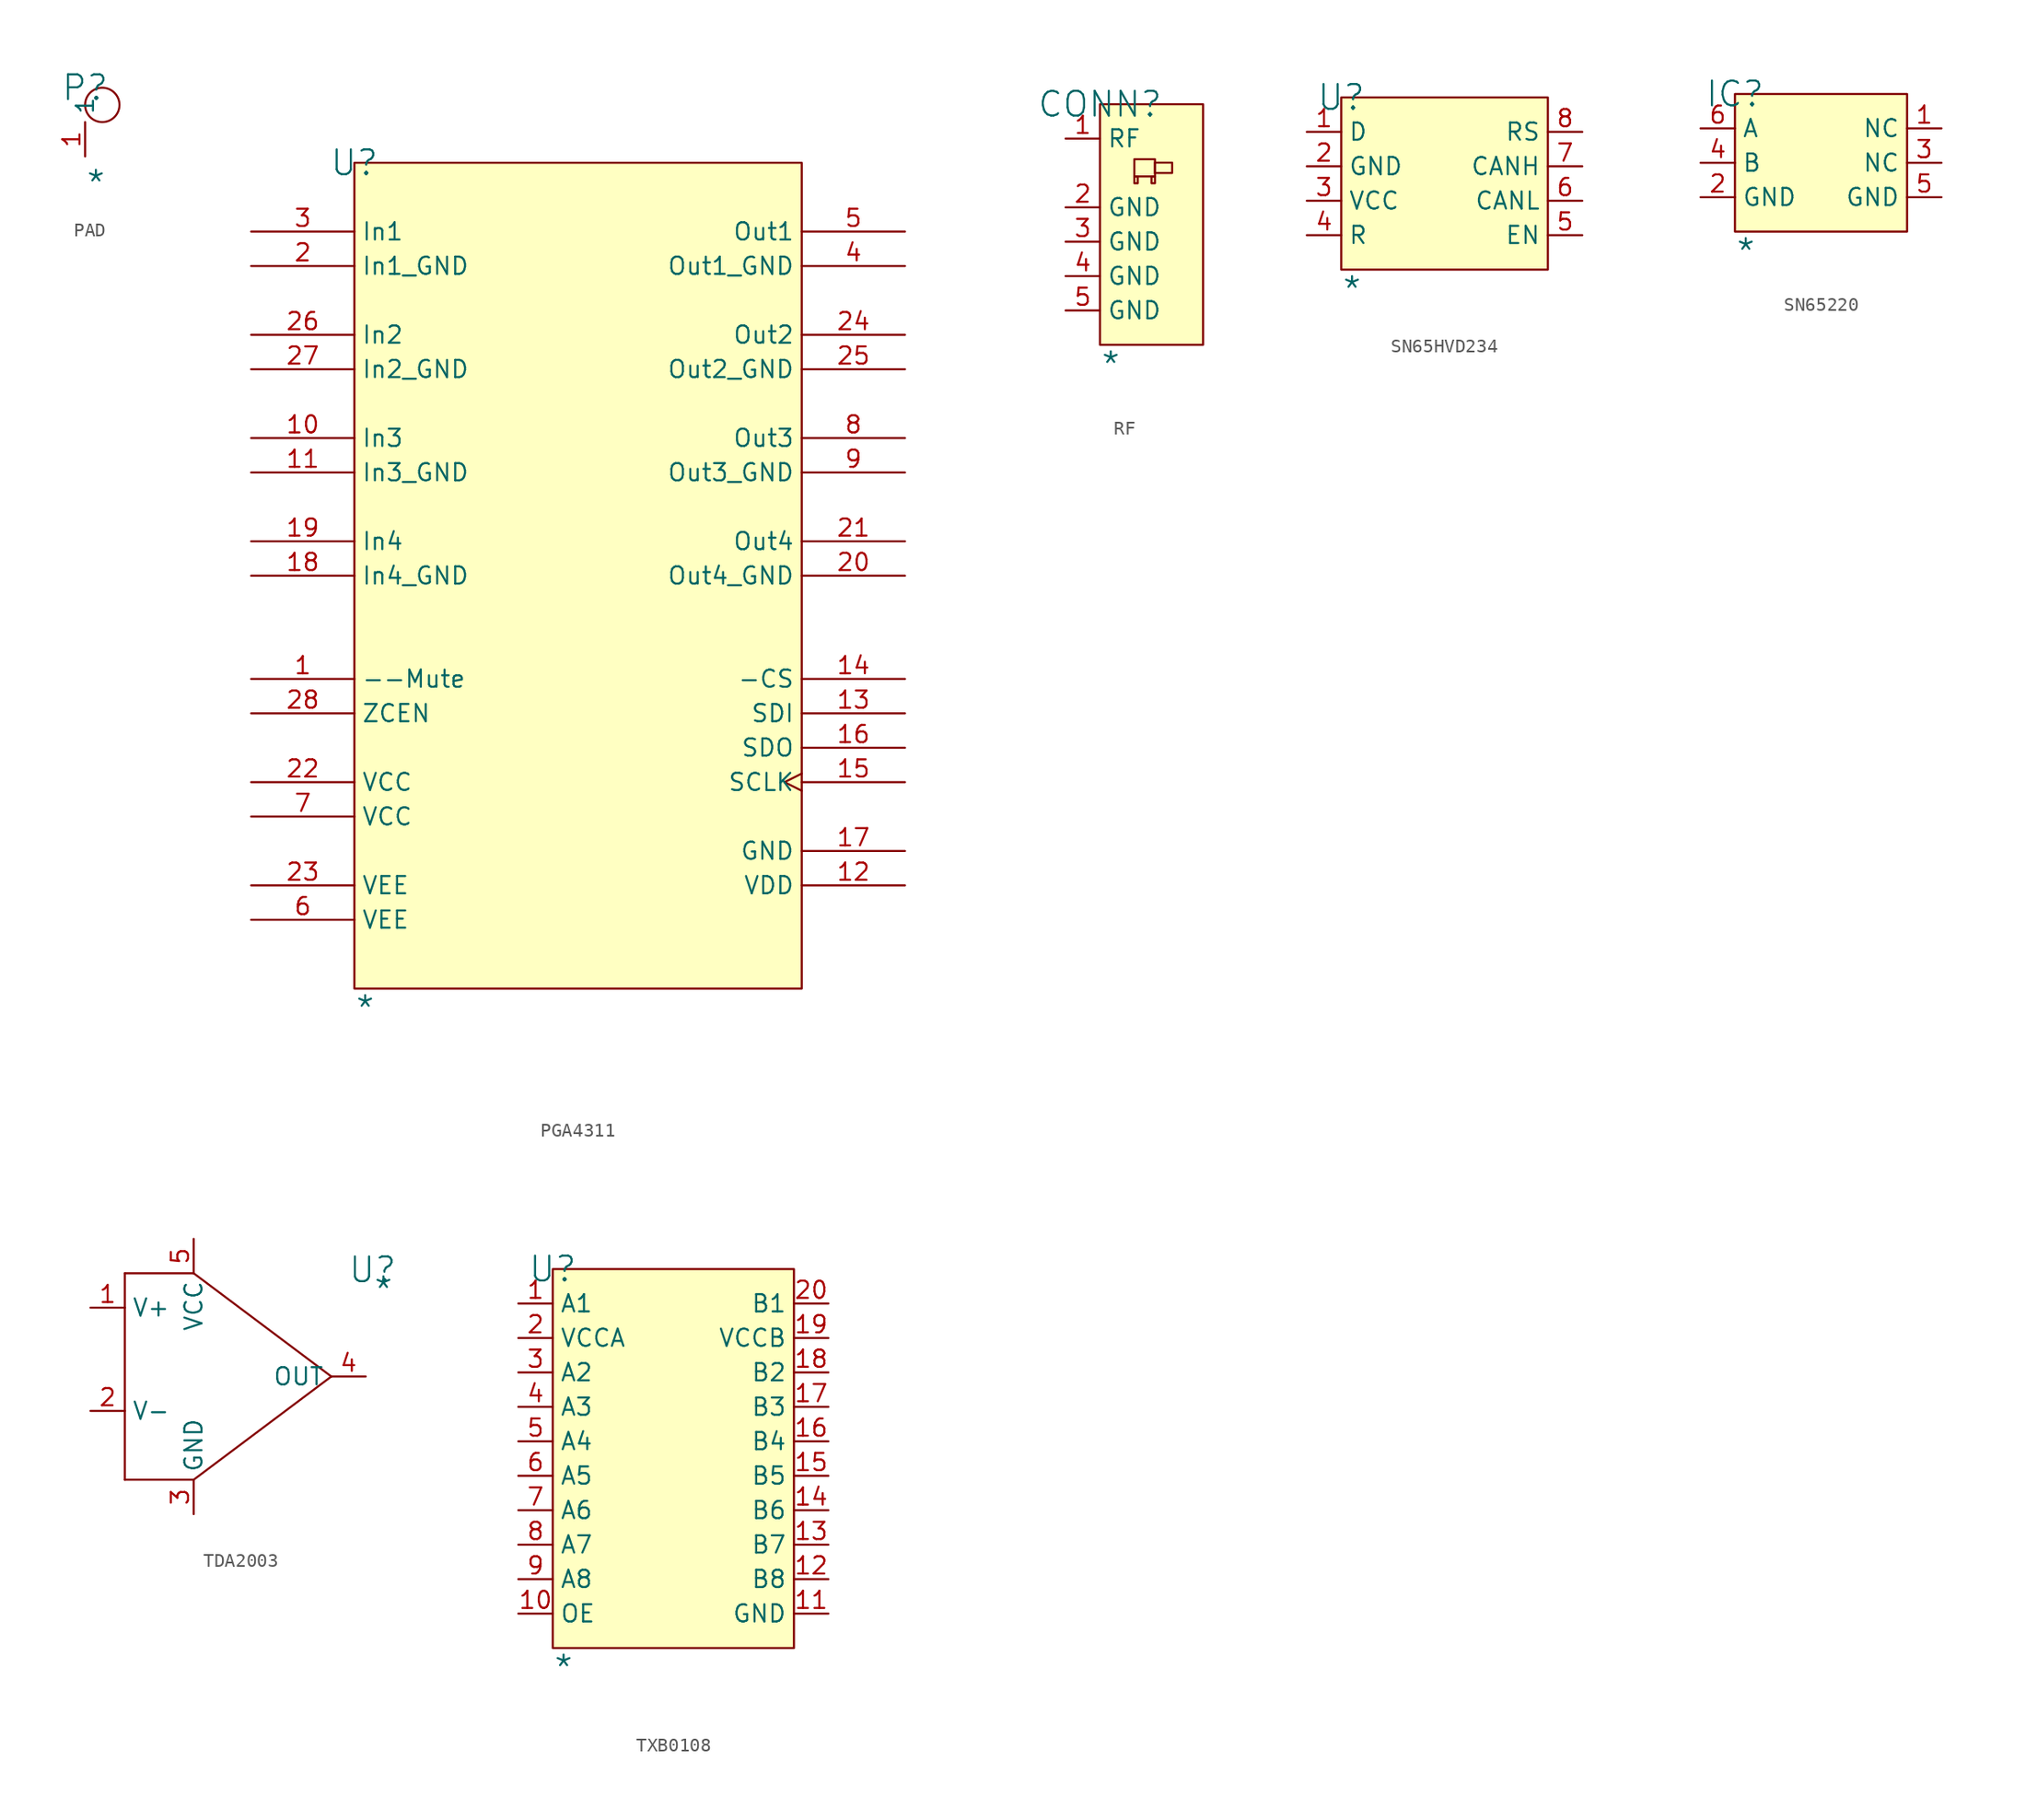
<source format=kicad_sym>
(kicad_symbol_lib
  (version 20241209)
  (generator "kicad_symbol_editor")
  (generator_version "9.0")
  (symbol "PAD"
    (property "Reference" "P"
      (at 0 0 0)
      (effects (font (size 1.829 1.829))))
    (property "Value" "*"
      (at 0 -8.128 0)
      (effects (font (size 1.829 1.829)) (justify left bottom)))
    (symbol "PAD_1_0"
      (circle (center 1.27 -1.27) (radius 1.27) (stroke (width 0) (type solid)) (fill (type none)))
      (pin passive line (at 0 -5.08 90) (length 2.54) (name "1" (effects (font (size 1.27 1.27)))) (number "1" (effects (font (size 1.27 1.27)))))))
  (symbol "PGA4311"
    (property "Reference" "U"
      (at 0 0 0)
      (effects (font (size 1.829 1.829))))
    (property "Value" "*"
      (at 0 -63.5 0)
      (effects (font (size 1.829 1.829)) (justify left bottom)))
    (symbol "PGA4311_1_0"
      (rectangle (start 33.02 0) (end 0 -60.96) (stroke (width 0) (type solid) (color 128 0 0 1)) (fill (type background)))
      (pin input line (at -7.62 -5.08 0) (length 7.62) (name "In1" (effects (font (size 1.27 1.27)))) (number "3" (effects (font (size 1.27 1.27)))))
      (pin input line (at -7.62 -7.62 0) (length 7.62) (name "In1_GND" (effects (font (size 1.27 1.27)))) (number "2" (effects (font (size 1.27 1.27)))))
      (pin input line (at -7.62 -12.7 0) (length 7.62) (name "In2" (effects (font (size 1.27 1.27)))) (number "26" (effects (font (size 1.27 1.27)))))
      (pin input line (at -7.62 -15.24 0) (length 7.62) (name "In2_GND" (effects (font (size 1.27 1.27)))) (number "27" (effects (font (size 1.27 1.27)))))
      (pin input line (at -7.62 -20.32 0) (length 7.62) (name "In3" (effects (font (size 1.27 1.27)))) (number "10" (effects (font (size 1.27 1.27)))))
      (pin input line (at -7.62 -22.86 0) (length 7.62) (name "In3_GND" (effects (font (size 1.27 1.27)))) (number "11" (effects (font (size 1.27 1.27)))))
      (pin input line (at -7.62 -27.94 0) (length 7.62) (name "In4" (effects (font (size 1.27 1.27)))) (number "19" (effects (font (size 1.27 1.27)))))
      (pin input line (at -7.62 -30.48 0) (length 7.62) (name "In4_GND" (effects (font (size 1.27 1.27)))) (number "18" (effects (font (size 1.27 1.27)))))
      (pin input line (at -7.62 -38.1 0) (length 7.62) (name "--Mute" (effects (font (size 1.27 1.27)))) (number "1" (effects (font (size 1.27 1.27)))))
      (pin input line (at -7.62 -40.64 0) (length 7.62) (name "ZCEN" (effects (font (size 1.27 1.27)))) (number "28" (effects (font (size 1.27 1.27)))))
      (pin power_in line (at -7.62 -45.72 0) (length 7.62) (name "VCC" (effects (font (size 1.27 1.27)))) (number "22" (effects (font (size 1.27 1.27)))))
      (pin power_in line (at -7.62 -48.26 0) (length 7.62) (name "VCC" (effects (font (size 1.27 1.27)))) (number "7" (effects (font (size 1.27 1.27)))))
      (pin power_in line (at -7.62 -53.34 0) (length 7.62) (name "VEE" (effects (font (size 1.27 1.27)))) (number "23" (effects (font (size 1.27 1.27)))))
      (pin power_in line (at -7.62 -55.88 0) (length 7.62) (name "VEE" (effects (font (size 1.27 1.27)))) (number "6" (effects (font (size 1.27 1.27)))))
      (pin output line (at 40.64 -5.08 180) (length 7.62) (name "Out1" (effects (font (size 1.27 1.27)))) (number "5" (effects (font (size 1.27 1.27)))))
      (pin output line (at 40.64 -7.62 180) (length 7.62) (name "Out1_GND" (effects (font (size 1.27 1.27)))) (number "4" (effects (font (size 1.27 1.27)))))
      (pin output line (at 40.64 -12.7 180) (length 7.62) (name "Out2" (effects (font (size 1.27 1.27)))) (number "24" (effects (font (size 1.27 1.27)))))
      (pin output line (at 40.64 -15.24 180) (length 7.62) (name "Out2_GND" (effects (font (size 1.27 1.27)))) (number "25" (effects (font (size 1.27 1.27)))))
      (pin output line (at 40.64 -20.32 180) (length 7.62) (name "Out3" (effects (font (size 1.27 1.27)))) (number "8" (effects (font (size 1.27 1.27)))))
      (pin output line (at 40.64 -22.86 180) (length 7.62) (name "Out3_GND" (effects (font (size 1.27 1.27)))) (number "9" (effects (font (size 1.27 1.27)))))
      (pin output line (at 40.64 -27.94 180) (length 7.62) (name "Out4" (effects (font (size 1.27 1.27)))) (number "21" (effects (font (size 1.27 1.27)))))
      (pin output line (at 40.64 -30.48 180) (length 7.62) (name "Out4_GND" (effects (font (size 1.27 1.27)))) (number "20" (effects (font (size 1.27 1.27)))))
      (pin input line (at 40.64 -38.1 180) (length 7.62) (name "-CS" (effects (font (size 1.27 1.27)))) (number "14" (effects (font (size 1.27 1.27)))))
      (pin input line (at 40.64 -40.64 180) (length 7.62) (name "SDI" (effects (font (size 1.27 1.27)))) (number "13" (effects (font (size 1.27 1.27)))))
      (pin output line (at 40.64 -43.18 180) (length 7.62) (name "SDO" (effects (font (size 1.27 1.27)))) (number "16" (effects (font (size 1.27 1.27)))))
      (pin power_in clock (at 40.64 -45.72 180) (length 7.62) (name "SCLK" (effects (font (size 1.27 1.27)))) (number "15" (effects (font (size 1.27 1.27)))))
      (pin power_in line (at 40.64 -50.8 180) (length 7.62) (name "GND" (effects (font (size 1.27 1.27)))) (number "17" (effects (font (size 1.27 1.27)))))
      (pin power_in line (at 40.64 -53.34 180) (length 7.62) (name "VDD" (effects (font (size 1.27 1.27)))) (number "12" (effects (font (size 1.27 1.27)))))))
  (symbol "RF"
    (property "Reference" "CONN"
      (at 0 0 0)
      (effects (font (size 1.829 1.829))))
    (property "Value" "*"
      (at 0 -20.32 0)
      (effects (font (size 1.829 1.829)) (justify left bottom)))
    (symbol "RF_1_0"
      (rectangle (start 2.794 -5.334) (end 2.54 -5.842) (stroke (width 0) (type solid) (color 128 0 0 1)) (fill (type background)))
      (rectangle (start 4.064 -4.064) (end 2.54 -5.334) (stroke (width 0) (type solid) (color 128 0 0 1)) (fill (type background)))
      (rectangle (start 4.064 -5.334) (end 3.81 -5.842) (stroke (width 0) (type solid) (color 128 0 0 1)) (fill (type background)))
      (rectangle (start 5.334 -4.318) (end 4.064 -5.08) (stroke (width 0) (type solid) (color 128 0 0 1)) (fill (type background)))
      (rectangle (start 7.62 0) (end 0 -17.78) (stroke (width 0) (type solid) (color 128 0 0 1)) (fill (type background)))
      (pin passive line (at -2.54 -2.54 0) (length 2.54) (name "RF" (effects (font (size 1.27 1.27)))) (number "1" (effects (font (size 1.27 1.27)))))
      (pin passive line (at -2.54 -7.62 0) (length 2.54) (name "GND" (effects (font (size 1.27 1.27)))) (number "2" (effects (font (size 1.27 1.27)))))
      (pin passive line (at -2.54 -10.16 0) (length 2.54) (name "GND" (effects (font (size 1.27 1.27)))) (number "3" (effects (font (size 1.27 1.27)))))
      (pin passive line (at -2.54 -12.7 0) (length 2.54) (name "GND" (effects (font (size 1.27 1.27)))) (number "4" (effects (font (size 1.27 1.27)))))
      (pin passive line (at -2.54 -15.24 0) (length 2.54) (name "GND" (effects (font (size 1.27 1.27)))) (number "5" (effects (font (size 1.27 1.27)))))))
  (symbol "SN65HVD234"
    (property "Reference" "U"
      (at 0 0 0)
      (effects (font (size 1.829 1.829))))
    (property "Value" "*"
      (at 0 -15.24 0)
      (effects (font (size 1.829 1.829)) (justify left bottom)))
    (symbol "SN65HVD234_1_0"
      (rectangle (start 15.24 0) (end 0 -12.7) (stroke (width 0) (type solid) (color 128 0 0 1)) (fill (type background)))
      (pin passive line (at -2.54 -2.54 0) (length 2.54) (name "D" (effects (font (size 1.27 1.27)))) (number "1" (effects (font (size 1.27 1.27)))))
      (pin passive line (at -2.54 -5.08 0) (length 2.54) (name "GND" (effects (font (size 1.27 1.27)))) (number "2" (effects (font (size 1.27 1.27)))))
      (pin passive line (at -2.54 -7.62 0) (length 2.54) (name "VCC" (effects (font (size 1.27 1.27)))) (number "3" (effects (font (size 1.27 1.27)))))
      (pin passive line (at -2.54 -10.16 0) (length 2.54) (name "R" (effects (font (size 1.27 1.27)))) (number "4" (effects (font (size 1.27 1.27)))))
      (pin passive line (at 17.78 -2.54 180) (length 2.54) (name "RS" (effects (font (size 1.27 1.27)))) (number "8" (effects (font (size 1.27 1.27)))))
      (pin passive line (at 17.78 -5.08 180) (length 2.54) (name "CANH" (effects (font (size 1.27 1.27)))) (number "7" (effects (font (size 1.27 1.27)))))
      (pin passive line (at 17.78 -7.62 180) (length 2.54) (name "CANL" (effects (font (size 1.27 1.27)))) (number "6" (effects (font (size 1.27 1.27)))))
      (pin passive line (at 17.78 -10.16 180) (length 2.54) (name "EN" (effects (font (size 1.27 1.27)))) (number "5" (effects (font (size 1.27 1.27)))))))
  (symbol "SN65220"
    (property "Reference" "IC"
      (at 0 0 0)
      (effects (font (size 1.829 1.829))))
    (property "Value" "*"
      (at 0 -12.7 0)
      (effects (font (size 1.829 1.829)) (justify left bottom)))
    (symbol "SN65220_1_0"
      (rectangle (start 12.7 0) (end 0 -10.16) (stroke (width 0) (type solid) (color 128 0 0 1)) (fill (type background)))
      (pin passive line (at -2.54 -2.54 0) (length 2.54) (name "A" (effects (font (size 1.27 1.27)))) (number "6" (effects (font (size 1.27 1.27)))))
      (pin passive line (at -2.54 -5.08 0) (length 2.54) (name "B" (effects (font (size 1.27 1.27)))) (number "4" (effects (font (size 1.27 1.27)))))
      (pin passive line (at -2.54 -7.62 0) (length 2.54) (name "GND" (effects (font (size 1.27 1.27)))) (number "2" (effects (font (size 1.27 1.27)))))
      (pin passive line (at 15.24 -2.54 180) (length 2.54) (name "NC" (effects (font (size 1.27 1.27)))) (number "1" (effects (font (size 1.27 1.27)))))
      (pin passive line (at 15.24 -5.08 180) (length 2.54) (name "NC" (effects (font (size 1.27 1.27)))) (number "3" (effects (font (size 1.27 1.27)))))
      (pin passive line (at 15.24 -7.62 180) (length 2.54) (name "GND" (effects (font (size 1.27 1.27)))) (number "5" (effects (font (size 1.27 1.27)))))))
  (symbol "TDA2003"
    (property "Reference" "U"
      (at 18.288 0.254 0)
      (effects (font (size 1.829 1.829))))
    (property "Value" "*"
      (at 18.288 -2.286 0)
      (effects (font (size 1.829 1.829)) (justify left bottom)))
    (symbol "TDA2003_1_0"
      (polyline (pts (xy 0 0) (xy 0 -15.24)) (stroke (width 0) (type solid)) (fill (type none)))
      (polyline (pts (xy 0 -15.24) (xy 5.08 -15.24)) (stroke (width 0) (type solid)) (fill (type none)))
      (polyline (pts (xy 5.08 0) (xy 0 0)) (stroke (width 0) (type solid)) (fill (type none)))
      (polyline (pts (xy 5.08 -15.24) (xy 15.24 -7.62)) (stroke (width 0) (type solid)) (fill (type none)))
      (polyline (pts (xy 15.24 -7.62) (xy 5.08 0)) (stroke (width 0) (type solid)) (fill (type none)))
      (pin passive line (at -2.54 -2.54 0) (length 2.54) (name "V+" (effects (font (size 1.27 1.27)))) (number "1" (effects (font (size 1.27 1.27)))))
      (pin passive line (at -2.54 -10.16 0) (length 2.54) (name "V-" (effects (font (size 1.27 1.27)))) (number "2" (effects (font (size 1.27 1.27)))))
      (pin passive line (at 5.08 2.54 270) (length 2.54) (name "VCC" (effects (font (size 1.27 1.27)))) (number "5" (effects (font (size 1.27 1.27)))))
      (pin passive line (at 5.08 -17.78 90) (length 2.54) (name "GND" (effects (font (size 1.27 1.27)))) (number "3" (effects (font (size 1.27 1.27)))))
      (pin passive line (at 17.78 -7.62 180) (length 2.54) (name "OUT" (effects (font (size 1.27 1.27)))) (number "4" (effects (font (size 1.27 1.27)))))))
  (symbol "TXB0108"
    (property "Reference" "U"
      (at 0 0 0)
      (effects (font (size 1.829 1.829))))
    (property "Value" "*"
      (at 0 -30.48 0)
      (effects (font (size 1.829 1.829)) (justify left bottom)))
    (symbol "TXB0108_1_0"
      (rectangle (start 17.78 0) (end 0 -27.94) (stroke (width 0) (type solid) (color 128 0 0 1)) (fill (type background)))
      (pin passive line (at -2.54 -2.54 0) (length 2.54) (name "A1" (effects (font (size 1.27 1.27)))) (number "1" (effects (font (size 1.27 1.27)))))
      (pin passive line (at -2.54 -5.08 0) (length 2.54) (name "VCCA" (effects (font (size 1.27 1.27)))) (number "2" (effects (font (size 1.27 1.27)))))
      (pin passive line (at -2.54 -7.62 0) (length 2.54) (name "A2" (effects (font (size 1.27 1.27)))) (number "3" (effects (font (size 1.27 1.27)))))
      (pin passive line (at -2.54 -10.16 0) (length 2.54) (name "A3" (effects (font (size 1.27 1.27)))) (number "4" (effects (font (size 1.27 1.27)))))
      (pin passive line (at -2.54 -12.7 0) (length 2.54) (name "A4" (effects (font (size 1.27 1.27)))) (number "5" (effects (font (size 1.27 1.27)))))
      (pin passive line (at -2.54 -15.24 0) (length 2.54) (name "A5" (effects (font (size 1.27 1.27)))) (number "6" (effects (font (size 1.27 1.27)))))
      (pin passive line (at -2.54 -17.78 0) (length 2.54) (name "A6" (effects (font (size 1.27 1.27)))) (number "7" (effects (font (size 1.27 1.27)))))
      (pin passive line (at -2.54 -20.32 0) (length 2.54) (name "A7" (effects (font (size 1.27 1.27)))) (number "8" (effects (font (size 1.27 1.27)))))
      (pin passive line (at -2.54 -22.86 0) (length 2.54) (name "A8" (effects (font (size 1.27 1.27)))) (number "9" (effects (font (size 1.27 1.27)))))
      (pin passive line (at -2.54 -25.4 0) (length 2.54) (name "OE" (effects (font (size 1.27 1.27)))) (number "10" (effects (font (size 1.27 1.27)))))
      (pin passive line (at 20.32 -2.54 180) (length 2.54) (name "B1" (effects (font (size 1.27 1.27)))) (number "20" (effects (font (size 1.27 1.27)))))
      (pin passive line (at 20.32 -5.08 180) (length 2.54) (name "VCCB" (effects (font (size 1.27 1.27)))) (number "19" (effects (font (size 1.27 1.27)))))
      (pin passive line (at 20.32 -7.62 180) (length 2.54) (name "B2" (effects (font (size 1.27 1.27)))) (number "18" (effects (font (size 1.27 1.27)))))
      (pin passive line (at 20.32 -10.16 180) (length 2.54) (name "B3" (effects (font (size 1.27 1.27)))) (number "17" (effects (font (size 1.27 1.27)))))
      (pin passive line (at 20.32 -12.7 180) (length 2.54) (name "B4" (effects (font (size 1.27 1.27)))) (number "16" (effects (font (size 1.27 1.27)))))
      (pin passive line (at 20.32 -15.24 180) (length 2.54) (name "B5" (effects (font (size 1.27 1.27)))) (number "15" (effects (font (size 1.27 1.27)))))
      (pin passive line (at 20.32 -17.78 180) (length 2.54) (name "B6" (effects (font (size 1.27 1.27)))) (number "14" (effects (font (size 1.27 1.27)))))
      (pin passive line (at 20.32 -20.32 180) (length 2.54) (name "B7" (effects (font (size 1.27 1.27)))) (number "13" (effects (font (size 1.27 1.27)))))
      (pin passive line (at 20.32 -22.86 180) (length 2.54) (name "B8" (effects (font (size 1.27 1.27)))) (number "12" (effects (font (size 1.27 1.27)))))
      (pin passive line (at 20.32 -25.4 180) (length 2.54) (name "GND" (effects (font (size 1.27 1.27)))) (number "11" (effects (font (size 1.27 1.27))))))))
</source>
